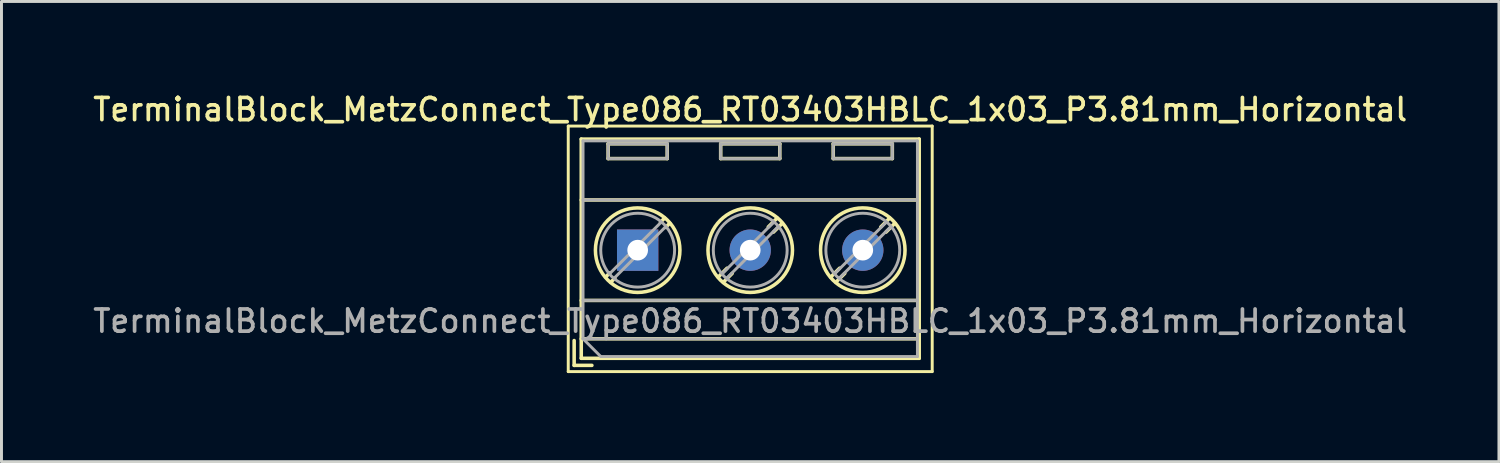
<source format=kicad_pcb>
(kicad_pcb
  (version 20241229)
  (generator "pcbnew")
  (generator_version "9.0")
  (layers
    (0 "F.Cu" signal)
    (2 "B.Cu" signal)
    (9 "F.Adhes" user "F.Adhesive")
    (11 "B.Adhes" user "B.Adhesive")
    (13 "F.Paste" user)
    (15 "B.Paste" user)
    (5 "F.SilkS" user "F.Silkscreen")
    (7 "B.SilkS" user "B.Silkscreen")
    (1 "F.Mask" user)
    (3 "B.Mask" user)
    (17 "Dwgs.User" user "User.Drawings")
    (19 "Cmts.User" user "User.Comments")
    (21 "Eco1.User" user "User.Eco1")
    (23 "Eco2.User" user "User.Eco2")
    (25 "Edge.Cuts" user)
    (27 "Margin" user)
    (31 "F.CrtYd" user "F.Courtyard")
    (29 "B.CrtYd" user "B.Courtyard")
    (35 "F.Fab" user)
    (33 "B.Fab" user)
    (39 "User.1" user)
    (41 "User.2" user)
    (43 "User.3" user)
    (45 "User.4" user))
  (footprint "TerminalBlock_MetzConnect_Type086_RT03403HBLC_1x03_P3.81mm_Horizontal"
    (layer "F.Cu")
    (at 18.535 5.418)
    (property "Reference" "TerminalBlock_MetzConnect_Type086_RT03403HBLC_1x03_P3.81mm_Horizontal" (at 3.81 -4.76 0) (layer "F.SilkS") (effects (font (size 0.75 0.75) (thickness 0.125))))
    (attr through_hole)
    (fp_line (start -2.35 -4.2) (end -2.35 4.11) (stroke (width 0.1) (type solid)) (layer "F.SilkS"))
    (fp_line (start -2.35 4.11) (end 9.97 4.11) (stroke (width 0.1) (type solid)) (layer "F.SilkS"))
    (fp_line (start -2.15 3.06) (end -2.15 3.9) (stroke (width 0.12) (type solid)) (layer "F.SilkS"))
    (fp_line (start -2.15 3.9) (end -1.55 3.9) (stroke (width 0.12) (type solid)) (layer "F.SilkS"))
    (fp_line (start -1.91 -3.76) (end -1.91 3.66) (stroke (width 0.12) (type solid)) (layer "F.SilkS"))
    (fp_line (start -1.91 -3.76) (end 9.53 -3.76) (stroke (width 0.12) (type solid)) (layer "F.SilkS"))
    (fp_line (start -1.91 -1.7) (end 9.53 -1.7) (stroke (width 0.12) (type solid)) (layer "F.SilkS"))
    (fp_line (start -1.91 1.701) (end 9.53 1.701) (stroke (width 0.12) (type solid)) (layer "F.SilkS"))
    (fp_line (start -1.91 3) (end 9.53 3) (stroke (width 0.12) (type solid)) (layer "F.SilkS"))
    (fp_line (start -1.91 3.66) (end 9.53 3.66) (stroke (width 0.12) (type solid)) (layer "F.SilkS"))
    (fp_line (start -1 -3.6) (end -1 -3.1) (stroke (width 0.12) (type solid)) (layer "F.SilkS"))
    (fp_line (start -1 -3.6) (end 1 -3.6) (stroke (width 0.12) (type solid)) (layer "F.SilkS"))
    (fp_line (start -1 -3.1) (end 1 -3.1) (stroke (width 0.12) (type solid)) (layer "F.SilkS"))
    (fp_line (start -0.946 0.771) (end -1.085 0.91) (stroke (width 0.12) (type solid)) (layer "F.SilkS"))
    (fp_line (start -0.771 0.945) (end -0.911 1.085) (stroke (width 0.12) (type solid)) (layer "F.SilkS"))
    (fp_line (start 0.911 -1.085) (end 0.771 -0.945) (stroke (width 0.12) (type solid)) (layer "F.SilkS"))
    (fp_line (start 1 -3.6) (end 1 -3.1) (stroke (width 0.12) (type solid)) (layer "F.SilkS"))
    (fp_line (start 1.085 -0.91) (end 0.945 -0.771) (stroke (width 0.12) (type solid)) (layer "F.SilkS"))
    (fp_line (start 2.81 -3.6) (end 2.81 -3.1) (stroke (width 0.12) (type solid)) (layer "F.SilkS"))
    (fp_line (start 2.81 -3.6) (end 4.81 -3.6) (stroke (width 0.12) (type solid)) (layer "F.SilkS"))
    (fp_line (start 2.81 -3.1) (end 4.81 -3.1) (stroke (width 0.12) (type solid)) (layer "F.SilkS"))
    (fp_line (start 3.025 0.611) (end 2.726 0.91) (stroke (width 0.12) (type solid)) (layer "F.SilkS"))
    (fp_line (start 3.2 0.786) (end 2.9 1.085) (stroke (width 0.12) (type solid)) (layer "F.SilkS"))
    (fp_line (start 4.721 -1.085) (end 4.421 -0.786) (stroke (width 0.12) (type solid)) (layer "F.SilkS"))
    (fp_line (start 4.81 -3.6) (end 4.81 -3.1) (stroke (width 0.12) (type solid)) (layer "F.SilkS"))
    (fp_line (start 4.895 -0.91) (end 4.596 -0.611) (stroke (width 0.12) (type solid)) (layer "F.SilkS"))
    (fp_line (start 6.62 -3.6) (end 6.62 -3.1) (stroke (width 0.12) (type solid)) (layer "F.SilkS"))
    (fp_line (start 6.62 -3.6) (end 8.62 -3.6) (stroke (width 0.12) (type solid)) (layer "F.SilkS"))
    (fp_line (start 6.62 -3.1) (end 8.62 -3.1) (stroke (width 0.12) (type solid)) (layer "F.SilkS"))
    (fp_line (start 6.835 0.611) (end 6.536 0.91) (stroke (width 0.12) (type solid)) (layer "F.SilkS"))
    (fp_line (start 7.01 0.786) (end 6.71 1.085) (stroke (width 0.12) (type solid)) (layer "F.SilkS"))
    (fp_line (start 8.531 -1.085) (end 8.231 -0.786) (stroke (width 0.12) (type solid)) (layer "F.SilkS"))
    (fp_line (start 8.62 -3.6) (end 8.62 -3.1) (stroke (width 0.12) (type solid)) (layer "F.SilkS"))
    (fp_line (start 8.705 -0.91) (end 8.406 -0.611) (stroke (width 0.12) (type solid)) (layer "F.SilkS"))
    (fp_line (start 9.53 -3.76) (end 9.53 3.66) (stroke (width 0.12) (type solid)) (layer "F.SilkS"))
    (fp_line (start 9.97 -4.2) (end -2.35 -4.2) (stroke (width 0.1) (type solid)) (layer "F.SilkS"))
    (fp_line (start 9.97 4.11) (end 9.97 -4.2) (stroke (width 0.1) (type solid)) (layer "F.SilkS"))
    (fp_circle (center 0 0) (end 1.43 0) (stroke (width 0.12) (type solid)) (fill no) (layer "F.SilkS"))
    (fp_circle (center 3.81 0) (end 5.24 0) (stroke (width 0.12) (type solid)) (fill no) (layer "F.SilkS"))
    (fp_circle (center 7.62 0) (end 9.05 0) (stroke (width 0.12) (type solid)) (fill no) (layer "F.SilkS"))
    (fp_line (start -1.85 -3.7) (end 9.47 -3.7) (stroke (width 0.1) (type solid)) (layer "F.Fab"))
    (fp_line (start -1.85 -1.7) (end 9.47 -1.7) (stroke (width 0.1) (type solid)) (layer "F.Fab"))
    (fp_line (start -1.85 1.7) (end 9.47 1.7) (stroke (width 0.1) (type solid)) (layer "F.Fab"))
    (fp_line (start -1.85 3) (end -1.85 -3.7) (stroke (width 0.1) (type solid)) (layer "F.Fab"))
    (fp_line (start -1.85 3) (end 9.47 3) (stroke (width 0.1) (type solid)) (layer "F.Fab"))
    (fp_line (start -1.25 3.6) (end -1.85 3) (stroke (width 0.1) (type solid)) (layer "F.Fab"))
    (fp_line (start -1 -3.6) (end -1 -3.1) (stroke (width 0.1) (type solid)) (layer "F.Fab"))
    (fp_line (start -1 -3.1) (end 1 -3.1) (stroke (width 0.1) (type solid)) (layer "F.Fab"))
    (fp_line (start 0.796 -0.948) (end -0.949 0.796) (stroke (width 0.1) (type solid)) (layer "F.Fab"))
    (fp_line (start 0.949 -0.796) (end -0.796 0.948) (stroke (width 0.1) (type solid)) (layer "F.Fab"))
    (fp_line (start 1 -3.6) (end -1 -3.6) (stroke (width 0.1) (type solid)) (layer "F.Fab"))
    (fp_line (start 1 -3.1) (end 1 -3.6) (stroke (width 0.1) (type solid)) (layer "F.Fab"))
    (fp_line (start 2.81 -3.6) (end 2.81 -3.1) (stroke (width 0.1) (type solid)) (layer "F.Fab"))
    (fp_line (start 2.81 -3.1) (end 4.81 -3.1) (stroke (width 0.1) (type solid)) (layer "F.Fab"))
    (fp_line (start 4.606 -0.948) (end 2.862 0.796) (stroke (width 0.1) (type solid)) (layer "F.Fab"))
    (fp_line (start 4.759 -0.796) (end 3.015 0.948) (stroke (width 0.1) (type solid)) (layer "F.Fab"))
    (fp_line (start 4.81 -3.6) (end 2.81 -3.6) (stroke (width 0.1) (type solid)) (layer "F.Fab"))
    (fp_line (start 4.81 -3.1) (end 4.81 -3.6) (stroke (width 0.1) (type solid)) (layer "F.Fab"))
    (fp_line (start 6.62 -3.6) (end 6.62 -3.1) (stroke (width 0.1) (type solid)) (layer "F.Fab"))
    (fp_line (start 6.62 -3.1) (end 8.62 -3.1) (stroke (width 0.1) (type solid)) (layer "F.Fab"))
    (fp_line (start 8.416 -0.948) (end 6.672 0.796) (stroke (width 0.1) (type solid)) (layer "F.Fab"))
    (fp_line (start 8.569 -0.796) (end 6.825 0.948) (stroke (width 0.1) (type solid)) (layer "F.Fab"))
    (fp_line (start 8.62 -3.6) (end 6.62 -3.6) (stroke (width 0.1) (type solid)) (layer "F.Fab"))
    (fp_line (start 8.62 -3.1) (end 8.62 -3.6) (stroke (width 0.1) (type solid)) (layer "F.Fab"))
    (fp_line (start 9.47 -3.7) (end 9.47 3.6) (stroke (width 0.1) (type solid)) (layer "F.Fab"))
    (fp_line (start 9.47 3.6) (end -1.25 3.6) (stroke (width 0.1) (type solid)) (layer "F.Fab"))
    (fp_circle (center 0 0) (end 1.25 0) (stroke (width 0.1) (type solid)) (fill no) (layer "F.Fab"))
    (fp_circle (center 3.81 0) (end 5.06 0) (stroke (width 0.1) (type solid)) (fill no) (layer "F.Fab"))
    (fp_circle (center 7.62 0) (end 8.87 0) (stroke (width 0.1) (type solid)) (fill no) (layer "F.Fab"))
    (fp_text user "${REFERENCE}" (at 3.81 2.4 0) (layer "F.Fab") (effects (font (size 0.75 0.75) (thickness 0.125))))
    (pad "1" thru_hole rect (at 0 0) (size 1.4 1.4) (drill 0.7) (layers "*.Cu" "*.Mask"))
    (pad "2" thru_hole circle (at 3.81 0) (size 1.4 1.4) (drill 0.7) (layers "*.Cu" "*.Mask"))
    (pad "3" thru_hole circle (at 7.62 0) (size 1.4 1.4) (drill 0.7) (layers "*.Cu" "*.Mask")))
  (gr_rect
    (start -3 -3)
    (end 47.689 12.578)
    (stroke (width 0.1) (type default))
    (fill no)
    (layer "Edge.Cuts")))
</source>
